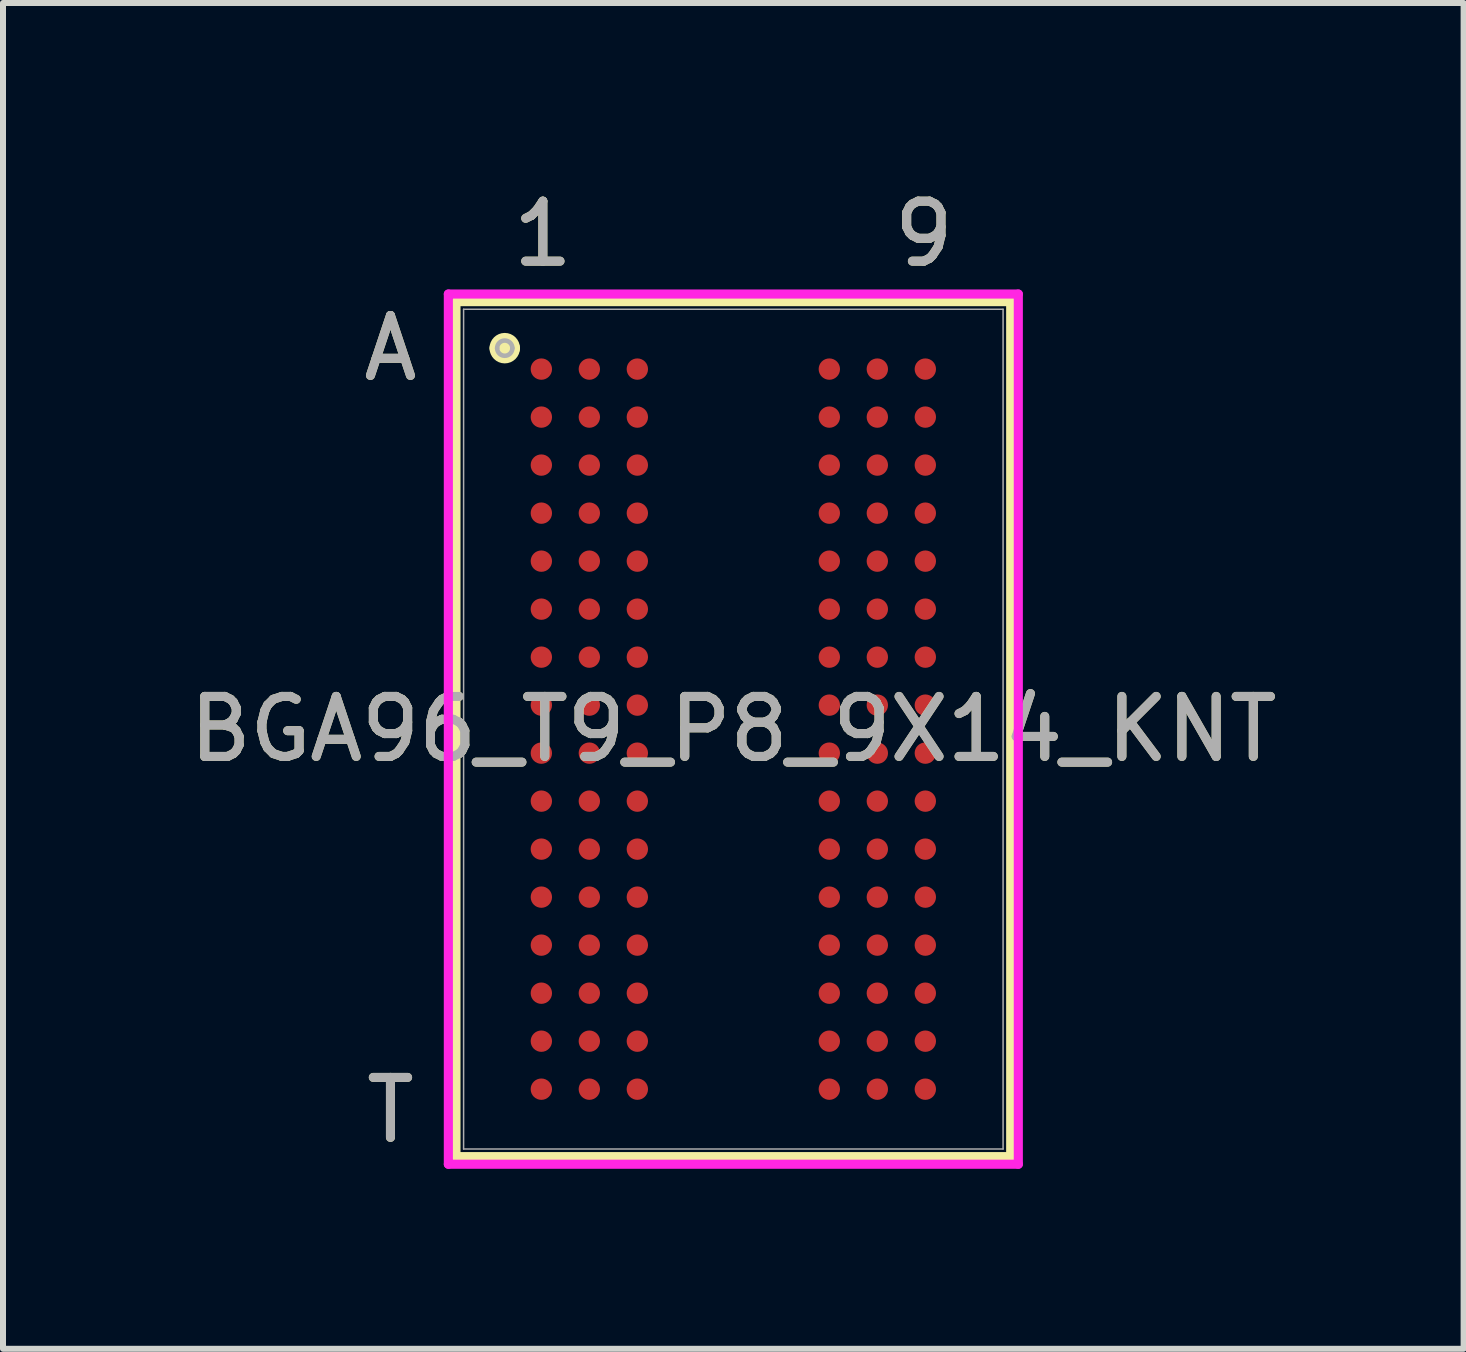
<source format=kicad_pcb>
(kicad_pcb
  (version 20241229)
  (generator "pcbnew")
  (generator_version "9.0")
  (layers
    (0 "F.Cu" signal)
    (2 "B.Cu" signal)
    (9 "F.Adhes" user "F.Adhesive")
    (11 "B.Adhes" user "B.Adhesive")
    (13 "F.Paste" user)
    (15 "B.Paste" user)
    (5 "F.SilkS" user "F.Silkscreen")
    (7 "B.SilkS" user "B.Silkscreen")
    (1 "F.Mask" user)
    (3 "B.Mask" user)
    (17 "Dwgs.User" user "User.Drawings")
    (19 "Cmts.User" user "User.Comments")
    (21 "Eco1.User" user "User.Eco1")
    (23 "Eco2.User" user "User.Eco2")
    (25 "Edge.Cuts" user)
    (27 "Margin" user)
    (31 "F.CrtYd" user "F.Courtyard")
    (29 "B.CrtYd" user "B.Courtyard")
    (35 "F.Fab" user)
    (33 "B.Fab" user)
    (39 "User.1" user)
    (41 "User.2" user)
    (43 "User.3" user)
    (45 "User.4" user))
  (footprint "BGA96_T9_P8_9X14_KNT"
    (layer "F.Cu")
    (at 9.173 9.103)
    (property "Reference" "BGA96_T9_P8_9X14_KNT" (at 0 0 0) (unlocked yes) (layer "F.SilkS") (effects (font (size 1 1) (thickness 0.15))))
    (attr smd)
    (fp_line (start -4.623 -7.125) (end -4.623 7.125) (stroke (width 0.152) (type solid)) (layer "F.SilkS"))
    (fp_line (start -4.623 7.125) (end 4.623 7.125) (stroke (width 0.152) (type solid)) (layer "F.SilkS"))
    (fp_line (start 4.623 -7.125) (end -4.623 -7.125) (stroke (width 0.152) (type solid)) (layer "F.SilkS"))
    (fp_line (start 4.623 7.125) (end 4.623 -7.125) (stroke (width 0.152) (type solid)) (layer "F.SilkS"))
    (fp_arc (start -3.937 -6.35) (mid -3.81 -6.477) (end -3.683 -6.35) (stroke (width 0.254) (type solid)) (layer "F.SilkS"))
    (fp_arc (start -3.683 -6.35) (mid -3.81 -6.223) (end -3.937 -6.35) (stroke (width 0.254) (type solid)) (layer "F.SilkS"))
    (fp_line (start -4.75 -7.252) (end -4.75 7.252) (stroke (width 0.152) (type solid)) (layer "F.CrtYd"))
    (fp_line (start -4.75 7.252) (end 4.75 7.252) (stroke (width 0.152) (type solid)) (layer "F.CrtYd"))
    (fp_line (start 4.75 -7.252) (end -4.75 -7.252) (stroke (width 0.152) (type solid)) (layer "F.CrtYd"))
    (fp_line (start 4.75 7.252) (end 4.75 -7.252) (stroke (width 0.152) (type solid)) (layer "F.CrtYd"))
    (fp_line (start -4.496 -6.998) (end 4.496 -6.998) (stroke (width 0.025) (type solid)) (layer "F.Fab"))
    (fp_line (start -4.496 6.998) (end -4.496 -6.998) (stroke (width 0.025) (type solid)) (layer "F.Fab"))
    (fp_line (start 4.496 -6.998) (end 4.496 6.998) (stroke (width 0.025) (type solid)) (layer "F.Fab"))
    (fp_line (start 4.496 6.998) (end -4.496 6.998) (stroke (width 0.025) (type solid)) (layer "F.Fab"))
    (fp_arc (start -3.937 -6.35) (mid -3.81 -6.477) (end -3.683 -6.35) (stroke (width 0.0762) (type solid)) (layer "F.Fab"))
    (fp_arc (start -3.683 -6.35) (mid -3.81 -6.223) (end -3.937 -6.35) (stroke (width 0.0762) (type solid)) (layer "F.Fab"))
    (fp_text user "9" (at 3.175 -8.255 0) (unlocked yes) (layer "F.SilkS") (effects (font (size 1 1) (thickness 0.15))))
    (fp_text user "A" (at -5.715 -6.35 0) (unlocked yes) (layer "F.SilkS") (effects (font (size 1 1) (thickness 0.15))))
    (fp_text user "1" (at -3.175 -8.255 0) (unlocked yes) (layer "F.SilkS") (effects (font (size 1 1) (thickness 0.15))))
    (fp_text user "T" (at -5.715 6.35 0) (unlocked yes) (layer "F.SilkS") (effects (font (size 1 1) (thickness 0.15))))
    (fp_text user "T" (at -5.715 6.35 0) (unlocked yes) (layer "F.Fab") (effects (font (size 1 1) (thickness 0.15))))
    (fp_text user "A" (at -5.715 -6.35 0) (unlocked yes) (layer "F.Fab") (effects (font (size 1 1) (thickness 0.15))))
    (fp_text user "${REFERENCE}" (at 0 0 0) (unlocked yes) (layer "F.Fab") (effects (font (size 1 1) (thickness 0.15))))
    (fp_text user "9" (at 3.175 -8.255 0) (unlocked yes) (layer "F.Fab") (effects (font (size 1 1) (thickness 0.15))))
    (fp_text user "1" (at -3.175 -8.255 0) (unlocked yes) (layer "F.Fab") (effects (font (size 1 1) (thickness 0.15))))
    (pad "A1" smd circle (at -3.2 -6.001) (size 0.356 0.356) (layers "F.Cu" "F.Mask" "F.Paste"))
    (pad "A2" smd circle (at -2.4 -6.001) (size 0.356 0.356) (layers "F.Cu" "F.Mask" "F.Paste"))
    (pad "A3" smd circle (at -1.6 -6.001) (size 0.356 0.356) (layers "F.Cu" "F.Mask" "F.Paste"))
    (pad "A7" smd circle (at 1.6 -6.001) (size 0.356 0.356) (layers "F.Cu" "F.Mask" "F.Paste"))
    (pad "A8" smd circle (at 2.4 -6.001) (size 0.356 0.356) (layers "F.Cu" "F.Mask" "F.Paste"))
    (pad "A9" smd circle (at 3.2 -6.001) (size 0.356 0.356) (layers "F.Cu" "F.Mask" "F.Paste"))
    (pad "B1" smd circle (at -3.2 -5.201) (size 0.356 0.356) (layers "F.Cu" "F.Mask" "F.Paste"))
    (pad "B2" smd circle (at -2.4 -5.201) (size 0.356 0.356) (layers "F.Cu" "F.Mask" "F.Paste"))
    (pad "B3" smd circle (at -1.6 -5.201) (size 0.356 0.356) (layers "F.Cu" "F.Mask" "F.Paste"))
    (pad "B7" smd circle (at 1.6 -5.201) (size 0.356 0.356) (layers "F.Cu" "F.Mask" "F.Paste"))
    (pad "B8" smd circle (at 2.4 -5.201) (size 0.356 0.356) (layers "F.Cu" "F.Mask" "F.Paste"))
    (pad "B9" smd circle (at 3.2 -5.201) (size 0.356 0.356) (layers "F.Cu" "F.Mask" "F.Paste"))
    (pad "C1" smd circle (at -3.2 -4.401) (size 0.356 0.356) (layers "F.Cu" "F.Mask" "F.Paste"))
    (pad "C2" smd circle (at -2.4 -4.401) (size 0.356 0.356) (layers "F.Cu" "F.Mask" "F.Paste"))
    (pad "C3" smd circle (at -1.6 -4.401) (size 0.356 0.356) (layers "F.Cu" "F.Mask" "F.Paste"))
    (pad "C7" smd circle (at 1.6 -4.401) (size 0.356 0.356) (layers "F.Cu" "F.Mask" "F.Paste"))
    (pad "C8" smd circle (at 2.4 -4.401) (size 0.356 0.356) (layers "F.Cu" "F.Mask" "F.Paste"))
    (pad "C9" smd circle (at 3.2 -4.401) (size 0.356 0.356) (layers "F.Cu" "F.Mask" "F.Paste"))
    (pad "D1" smd circle (at -3.2 -3.6) (size 0.356 0.356) (layers "F.Cu" "F.Mask" "F.Paste"))
    (pad "D2" smd circle (at -2.4 -3.6) (size 0.356 0.356) (layers "F.Cu" "F.Mask" "F.Paste"))
    (pad "D3" smd circle (at -1.6 -3.6) (size 0.356 0.356) (layers "F.Cu" "F.Mask" "F.Paste"))
    (pad "D7" smd circle (at 1.6 -3.6) (size 0.356 0.356) (layers "F.Cu" "F.Mask" "F.Paste"))
    (pad "D8" smd circle (at 2.4 -3.6) (size 0.356 0.356) (layers "F.Cu" "F.Mask" "F.Paste"))
    (pad "D9" smd circle (at 3.2 -3.6) (size 0.356 0.356) (layers "F.Cu" "F.Mask" "F.Paste"))
    (pad "E1" smd circle (at -3.2 -2.8) (size 0.356 0.356) (layers "F.Cu" "F.Mask" "F.Paste"))
    (pad "E2" smd circle (at -2.4 -2.8) (size 0.356 0.356) (layers "F.Cu" "F.Mask" "F.Paste"))
    (pad "E3" smd circle (at -1.6 -2.8) (size 0.356 0.356) (layers "F.Cu" "F.Mask" "F.Paste"))
    (pad "E7" smd circle (at 1.6 -2.8) (size 0.356 0.356) (layers "F.Cu" "F.Mask" "F.Paste"))
    (pad "E8" smd circle (at 2.4 -2.8) (size 0.356 0.356) (layers "F.Cu" "F.Mask" "F.Paste"))
    (pad "E9" smd circle (at 3.2 -2.8) (size 0.356 0.356) (layers "F.Cu" "F.Mask" "F.Paste"))
    (pad "F1" smd circle (at -3.2 -2) (size 0.356 0.356) (layers "F.Cu" "F.Mask" "F.Paste"))
    (pad "F2" smd circle (at -2.4 -2) (size 0.356 0.356) (layers "F.Cu" "F.Mask" "F.Paste"))
    (pad "F3" smd circle (at -1.6 -2) (size 0.356 0.356) (layers "F.Cu" "F.Mask" "F.Paste"))
    (pad "F7" smd circle (at 1.6 -2) (size 0.356 0.356) (layers "F.Cu" "F.Mask" "F.Paste"))
    (pad "F8" smd circle (at 2.4 -2) (size 0.356 0.356) (layers "F.Cu" "F.Mask" "F.Paste"))
    (pad "F9" smd circle (at 3.2 -2) (size 0.356 0.356) (layers "F.Cu" "F.Mask" "F.Paste"))
    (pad "G1" smd circle (at -3.2 -1.2) (size 0.356 0.356) (layers "F.Cu" "F.Mask" "F.Paste"))
    (pad "G2" smd circle (at -2.4 -1.2) (size 0.356 0.356) (layers "F.Cu" "F.Mask" "F.Paste"))
    (pad "G3" smd circle (at -1.6 -1.2) (size 0.356 0.356) (layers "F.Cu" "F.Mask" "F.Paste"))
    (pad "G7" smd circle (at 1.6 -1.2) (size 0.356 0.356) (layers "F.Cu" "F.Mask" "F.Paste"))
    (pad "G8" smd circle (at 2.4 -1.2) (size 0.356 0.356) (layers "F.Cu" "F.Mask" "F.Paste"))
    (pad "G9" smd circle (at 3.2 -1.2) (size 0.356 0.356) (layers "F.Cu" "F.Mask" "F.Paste"))
    (pad "H1" smd circle (at -3.2 -0.4) (size 0.356 0.356) (layers "F.Cu" "F.Mask" "F.Paste"))
    (pad "H2" smd circle (at -2.4 -0.4) (size 0.356 0.356) (layers "F.Cu" "F.Mask" "F.Paste"))
    (pad "H3" smd circle (at -1.6 -0.4) (size 0.356 0.356) (layers "F.Cu" "F.Mask" "F.Paste"))
    (pad "H7" smd circle (at 1.6 -0.4) (size 0.356 0.356) (layers "F.Cu" "F.Mask" "F.Paste"))
    (pad "H8" smd circle (at 2.4 -0.4) (size 0.356 0.356) (layers "F.Cu" "F.Mask" "F.Paste"))
    (pad "H9" smd circle (at 3.2 -0.4) (size 0.356 0.356) (layers "F.Cu" "F.Mask" "F.Paste"))
    (pad "J1" smd circle (at -3.2 0.4) (size 0.356 0.356) (layers "F.Cu" "F.Mask" "F.Paste"))
    (pad "J2" smd circle (at -2.4 0.4) (size 0.356 0.356) (layers "F.Cu" "F.Mask" "F.Paste"))
    (pad "J3" smd circle (at -1.6 0.4) (size 0.356 0.356) (layers "F.Cu" "F.Mask" "F.Paste"))
    (pad "J7" smd circle (at 1.6 0.4) (size 0.356 0.356) (layers "F.Cu" "F.Mask" "F.Paste"))
    (pad "J8" smd circle (at 2.4 0.4) (size 0.356 0.356) (layers "F.Cu" "F.Mask" "F.Paste"))
    (pad "J9" smd circle (at 3.2 0.4) (size 0.356 0.356) (layers "F.Cu" "F.Mask" "F.Paste"))
    (pad "K1" smd circle (at -3.2 1.2) (size 0.356 0.356) (layers "F.Cu" "F.Mask" "F.Paste"))
    (pad "K2" smd circle (at -2.4 1.2) (size 0.356 0.356) (layers "F.Cu" "F.Mask" "F.Paste"))
    (pad "K3" smd circle (at -1.6 1.2) (size 0.356 0.356) (layers "F.Cu" "F.Mask" "F.Paste"))
    (pad "K7" smd circle (at 1.6 1.2) (size 0.356 0.356) (layers "F.Cu" "F.Mask" "F.Paste"))
    (pad "K8" smd circle (at 2.4 1.2) (size 0.356 0.356) (layers "F.Cu" "F.Mask" "F.Paste"))
    (pad "K9" smd circle (at 3.2 1.2) (size 0.356 0.356) (layers "F.Cu" "F.Mask" "F.Paste"))
    (pad "L1" smd circle (at -3.2 2) (size 0.356 0.356) (layers "F.Cu" "F.Mask" "F.Paste"))
    (pad "L2" smd circle (at -2.4 2) (size 0.356 0.356) (layers "F.Cu" "F.Mask" "F.Paste"))
    (pad "L3" smd circle (at -1.6 2) (size 0.356 0.356) (layers "F.Cu" "F.Mask" "F.Paste"))
    (pad "L7" smd circle (at 1.6 2) (size 0.356 0.356) (layers "F.Cu" "F.Mask" "F.Paste"))
    (pad "L8" smd circle (at 2.4 2) (size 0.356 0.356) (layers "F.Cu" "F.Mask" "F.Paste"))
    (pad "L9" smd circle (at 3.2 2) (size 0.356 0.356) (layers "F.Cu" "F.Mask" "F.Paste"))
    (pad "M1" smd circle (at -3.2 2.8) (size 0.356 0.356) (layers "F.Cu" "F.Mask" "F.Paste"))
    (pad "M2" smd circle (at -2.4 2.8) (size 0.356 0.356) (layers "F.Cu" "F.Mask" "F.Paste"))
    (pad "M3" smd circle (at -1.6 2.8) (size 0.356 0.356) (layers "F.Cu" "F.Mask" "F.Paste"))
    (pad "M7" smd circle (at 1.6 2.8) (size 0.356 0.356) (layers "F.Cu" "F.Mask" "F.Paste"))
    (pad "M8" smd circle (at 2.4 2.8) (size 0.356 0.356) (layers "F.Cu" "F.Mask" "F.Paste"))
    (pad "M9" smd circle (at 3.2 2.8) (size 0.356 0.356) (layers "F.Cu" "F.Mask" "F.Paste"))
    (pad "N1" smd circle (at -3.2 3.6) (size 0.356 0.356) (layers "F.Cu" "F.Mask" "F.Paste"))
    (pad "N2" smd circle (at -2.4 3.6) (size 0.356 0.356) (layers "F.Cu" "F.Mask" "F.Paste"))
    (pad "N3" smd circle (at -1.6 3.6) (size 0.356 0.356) (layers "F.Cu" "F.Mask" "F.Paste"))
    (pad "N7" smd circle (at 1.6 3.6) (size 0.356 0.356) (layers "F.Cu" "F.Mask" "F.Paste"))
    (pad "N8" smd circle (at 2.4 3.6) (size 0.356 0.356) (layers "F.Cu" "F.Mask" "F.Paste"))
    (pad "N9" smd circle (at 3.2 3.6) (size 0.356 0.356) (layers "F.Cu" "F.Mask" "F.Paste"))
    (pad "P1" smd circle (at -3.2 4.401) (size 0.356 0.356) (layers "F.Cu" "F.Mask" "F.Paste"))
    (pad "P2" smd circle (at -2.4 4.401) (size 0.356 0.356) (layers "F.Cu" "F.Mask" "F.Paste"))
    (pad "P3" smd circle (at -1.6 4.401) (size 0.356 0.356) (layers "F.Cu" "F.Mask" "F.Paste"))
    (pad "P7" smd circle (at 1.6 4.401) (size 0.356 0.356) (layers "F.Cu" "F.Mask" "F.Paste"))
    (pad "P8" smd circle (at 2.4 4.401) (size 0.356 0.356) (layers "F.Cu" "F.Mask" "F.Paste"))
    (pad "P9" smd circle (at 3.2 4.401) (size 0.356 0.356) (layers "F.Cu" "F.Mask" "F.Paste"))
    (pad "R1" smd circle (at -3.2 5.201) (size 0.356 0.356) (layers "F.Cu" "F.Mask" "F.Paste"))
    (pad "R2" smd circle (at -2.4 5.201) (size 0.356 0.356) (layers "F.Cu" "F.Mask" "F.Paste"))
    (pad "R3" smd circle (at -1.6 5.201) (size 0.356 0.356) (layers "F.Cu" "F.Mask" "F.Paste"))
    (pad "R7" smd circle (at 1.6 5.201) (size 0.356 0.356) (layers "F.Cu" "F.Mask" "F.Paste"))
    (pad "R8" smd circle (at 2.4 5.201) (size 0.356 0.356) (layers "F.Cu" "F.Mask" "F.Paste"))
    (pad "R9" smd circle (at 3.2 5.201) (size 0.356 0.356) (layers "F.Cu" "F.Mask" "F.Paste"))
    (pad "T1" smd circle (at -3.2 6.001) (size 0.356 0.356) (layers "F.Cu" "F.Mask" "F.Paste"))
    (pad "T2" smd circle (at -2.4 6.001) (size 0.356 0.356) (layers "F.Cu" "F.Mask" "F.Paste"))
    (pad "T3" smd circle (at -1.6 6.001) (size 0.356 0.356) (layers "F.Cu" "F.Mask" "F.Paste"))
    (pad "T7" smd circle (at 1.6 6.001) (size 0.356 0.356) (layers "F.Cu" "F.Mask" "F.Paste"))
    (pad "T8" smd circle (at 2.4 6.001) (size 0.356 0.356) (layers "F.Cu" "F.Mask" "F.Paste"))
    (pad "T9" smd circle (at 3.2 6.001) (size 0.356 0.356) (layers "F.Cu" "F.Mask" "F.Paste")))
  (gr_rect
    (start -3 -3)
    (end 21.345 19.431)
    (stroke (width 0.1) (type default))
    (fill no)
    (layer "Edge.Cuts")))
</source>
